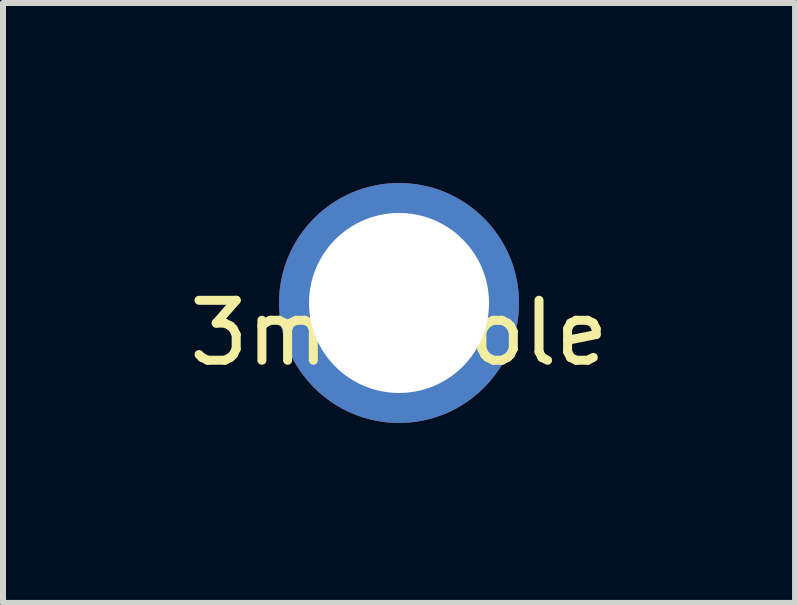
<source format=kicad_pcb>
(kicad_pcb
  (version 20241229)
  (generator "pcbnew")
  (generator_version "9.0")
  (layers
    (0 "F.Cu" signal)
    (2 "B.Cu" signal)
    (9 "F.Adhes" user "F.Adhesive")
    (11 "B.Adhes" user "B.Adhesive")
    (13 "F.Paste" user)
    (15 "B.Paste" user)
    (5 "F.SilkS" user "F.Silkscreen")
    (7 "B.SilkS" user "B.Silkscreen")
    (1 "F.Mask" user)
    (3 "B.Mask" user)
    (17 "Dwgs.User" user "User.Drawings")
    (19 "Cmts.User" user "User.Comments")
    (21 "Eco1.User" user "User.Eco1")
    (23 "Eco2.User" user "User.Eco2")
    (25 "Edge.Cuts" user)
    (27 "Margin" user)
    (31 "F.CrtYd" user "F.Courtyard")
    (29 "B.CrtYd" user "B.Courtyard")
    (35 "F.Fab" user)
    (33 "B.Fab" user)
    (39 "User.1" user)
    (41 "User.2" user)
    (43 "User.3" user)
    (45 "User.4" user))
  (footprint "3mmHole"
    (layer "F.Cu")
    (at 3.601 2)
    (property "Reference" "3mmHole" (at 0 0.5 0) (layer "F.SilkS") (effects (font (size 1 1) (thickness 0.15))))
    (attr through_hole)
    (pad "1" thru_hole circle (at 0 0) (size 4 4) (drill 3) (layers "*.Cu" "*.Mask")))
  (gr_rect
    (start -3 -3)
    (end 10.202 7)
    (stroke (width 0.1) (type default))
    (fill no)
    (layer "Edge.Cuts")))
</source>
